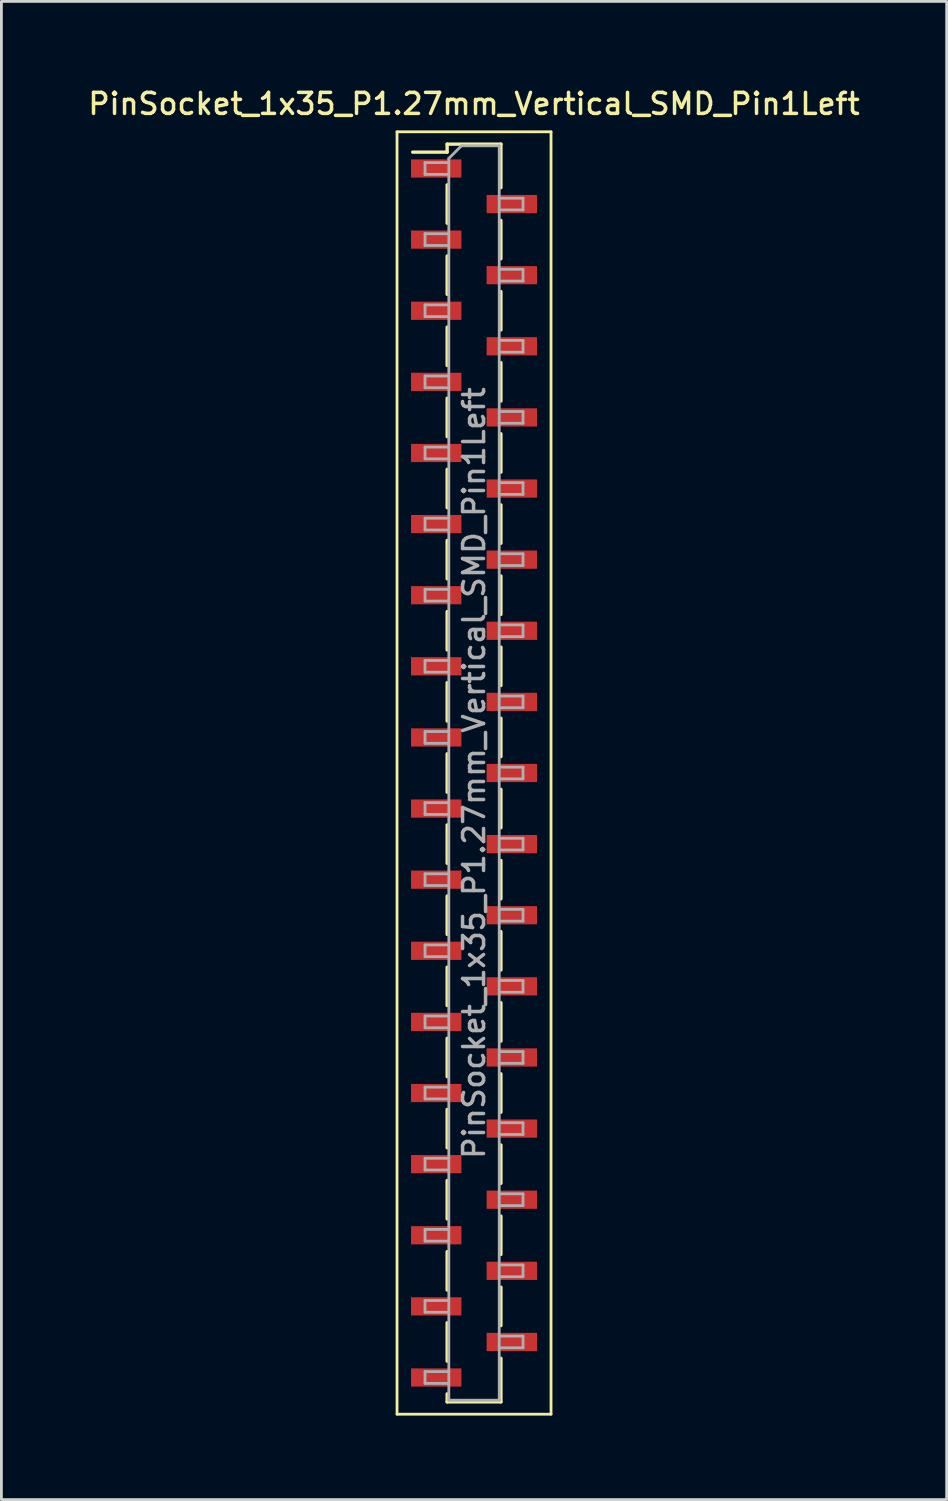
<source format=kicad_pcb>
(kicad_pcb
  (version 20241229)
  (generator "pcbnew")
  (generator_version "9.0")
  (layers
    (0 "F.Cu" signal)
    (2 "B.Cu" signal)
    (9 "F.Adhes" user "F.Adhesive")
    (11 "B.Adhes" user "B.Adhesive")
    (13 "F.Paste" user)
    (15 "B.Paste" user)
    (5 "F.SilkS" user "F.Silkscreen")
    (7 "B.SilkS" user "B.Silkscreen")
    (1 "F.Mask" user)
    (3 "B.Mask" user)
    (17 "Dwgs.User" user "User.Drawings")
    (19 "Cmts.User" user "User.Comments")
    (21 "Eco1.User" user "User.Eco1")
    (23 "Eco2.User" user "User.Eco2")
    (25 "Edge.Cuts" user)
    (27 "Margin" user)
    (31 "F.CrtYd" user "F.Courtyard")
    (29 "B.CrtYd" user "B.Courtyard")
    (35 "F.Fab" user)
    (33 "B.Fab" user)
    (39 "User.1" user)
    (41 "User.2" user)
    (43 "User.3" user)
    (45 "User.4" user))
  (footprint "PinSocket_1x35_P1.27mm_Vertical_SMD_Pin1Left"
    (layer "F.Cu")
    (at 13.88 24.558)
    (property "Reference" "PinSocket_1x35_P1.27mm_Vertical_SMD_Pin1Left" (at 0 -23.9 0) (layer "F.SilkS") (effects (font (size 0.75 0.75) (thickness 0.125))))
    (attr smd)
    (fp_line (start -2.75 -22.9) (end 2.75 -22.9) (stroke (width 0.1) (type solid)) (layer "F.SilkS"))
    (fp_line (start -2.75 22.9) (end -2.75 -22.9) (stroke (width 0.1) (type solid)) (layer "F.SilkS"))
    (fp_line (start -2.19 -22.175) (end -0.96 -22.175) (stroke (width 0.12) (type solid)) (layer "F.SilkS"))
    (fp_line (start -0.96 -22.46) (end -0.96 -22.175) (stroke (width 0.12) (type solid)) (layer "F.SilkS"))
    (fp_line (start -0.96 -22.46) (end 0.96 -22.46) (stroke (width 0.12) (type solid)) (layer "F.SilkS"))
    (fp_line (start -0.96 -21.005) (end -0.96 -19.635) (stroke (width 0.12) (type solid)) (layer "F.SilkS"))
    (fp_line (start -0.96 -18.465) (end -0.96 -17.095) (stroke (width 0.12) (type solid)) (layer "F.SilkS"))
    (fp_line (start -0.96 -15.925) (end -0.96 -14.555) (stroke (width 0.12) (type solid)) (layer "F.SilkS"))
    (fp_line (start -0.96 -13.385) (end -0.96 -12.015) (stroke (width 0.12) (type solid)) (layer "F.SilkS"))
    (fp_line (start -0.96 -10.845) (end -0.96 -9.475) (stroke (width 0.12) (type solid)) (layer "F.SilkS"))
    (fp_line (start -0.96 -8.305) (end -0.96 -6.935) (stroke (width 0.12) (type solid)) (layer "F.SilkS"))
    (fp_line (start -0.96 -5.765) (end -0.96 -4.395) (stroke (width 0.12) (type solid)) (layer "F.SilkS"))
    (fp_line (start -0.96 -3.225) (end -0.96 -1.855) (stroke (width 0.12) (type solid)) (layer "F.SilkS"))
    (fp_line (start -0.96 -0.685) (end -0.96 0.685) (stroke (width 0.12) (type solid)) (layer "F.SilkS"))
    (fp_line (start -0.96 1.855) (end -0.96 3.225) (stroke (width 0.12) (type solid)) (layer "F.SilkS"))
    (fp_line (start -0.96 4.395) (end -0.96 5.765) (stroke (width 0.12) (type solid)) (layer "F.SilkS"))
    (fp_line (start -0.96 6.935) (end -0.96 8.305) (stroke (width 0.12) (type solid)) (layer "F.SilkS"))
    (fp_line (start -0.96 9.475) (end -0.96 10.845) (stroke (width 0.12) (type solid)) (layer "F.SilkS"))
    (fp_line (start -0.96 12.015) (end -0.96 13.385) (stroke (width 0.12) (type solid)) (layer "F.SilkS"))
    (fp_line (start -0.96 14.555) (end -0.96 15.925) (stroke (width 0.12) (type solid)) (layer "F.SilkS"))
    (fp_line (start -0.96 17.095) (end -0.96 18.465) (stroke (width 0.12) (type solid)) (layer "F.SilkS"))
    (fp_line (start -0.96 19.635) (end -0.96 21.005) (stroke (width 0.12) (type solid)) (layer "F.SilkS"))
    (fp_line (start -0.96 22.175) (end -0.96 22.46) (stroke (width 0.12) (type solid)) (layer "F.SilkS"))
    (fp_line (start -0.96 22.46) (end 0.96 22.46) (stroke (width 0.12) (type solid)) (layer "F.SilkS"))
    (fp_line (start 0.96 -22.46) (end 0.96 -20.905) (stroke (width 0.12) (type solid)) (layer "F.SilkS"))
    (fp_line (start 0.96 -19.735) (end 0.96 -18.365) (stroke (width 0.12) (type solid)) (layer "F.SilkS"))
    (fp_line (start 0.96 -17.195) (end 0.96 -15.825) (stroke (width 0.12) (type solid)) (layer "F.SilkS"))
    (fp_line (start 0.96 -14.655) (end 0.96 -13.285) (stroke (width 0.12) (type solid)) (layer "F.SilkS"))
    (fp_line (start 0.96 -12.115) (end 0.96 -10.745) (stroke (width 0.12) (type solid)) (layer "F.SilkS"))
    (fp_line (start 0.96 -9.575) (end 0.96 -8.205) (stroke (width 0.12) (type solid)) (layer "F.SilkS"))
    (fp_line (start 0.96 -7.035) (end 0.96 -5.665) (stroke (width 0.12) (type solid)) (layer "F.SilkS"))
    (fp_line (start 0.96 -4.495) (end 0.96 -3.125) (stroke (width 0.12) (type solid)) (layer "F.SilkS"))
    (fp_line (start 0.96 -1.955) (end 0.96 -0.585) (stroke (width 0.12) (type solid)) (layer "F.SilkS"))
    (fp_line (start 0.96 0.585) (end 0.96 1.955) (stroke (width 0.12) (type solid)) (layer "F.SilkS"))
    (fp_line (start 0.96 3.125) (end 0.96 4.495) (stroke (width 0.12) (type solid)) (layer "F.SilkS"))
    (fp_line (start 0.96 5.665) (end 0.96 7.035) (stroke (width 0.12) (type solid)) (layer "F.SilkS"))
    (fp_line (start 0.96 8.205) (end 0.96 9.575) (stroke (width 0.12) (type solid)) (layer "F.SilkS"))
    (fp_line (start 0.96 10.745) (end 0.96 12.115) (stroke (width 0.12) (type solid)) (layer "F.SilkS"))
    (fp_line (start 0.96 13.285) (end 0.96 14.655) (stroke (width 0.12) (type solid)) (layer "F.SilkS"))
    (fp_line (start 0.96 15.825) (end 0.96 17.195) (stroke (width 0.12) (type solid)) (layer "F.SilkS"))
    (fp_line (start 0.96 18.365) (end 0.96 19.735) (stroke (width 0.12) (type solid)) (layer "F.SilkS"))
    (fp_line (start 0.96 20.905) (end 0.96 22.46) (stroke (width 0.12) (type solid)) (layer "F.SilkS"))
    (fp_line (start 2.75 -22.9) (end 2.75 22.9) (stroke (width 0.1) (type solid)) (layer "F.SilkS"))
    (fp_line (start 2.75 22.9) (end -2.75 22.9) (stroke (width 0.1) (type solid)) (layer "F.SilkS"))
    (fp_line (start -1.75 -21.8) (end -0.9 -21.8) (stroke (width 0.1) (type solid)) (layer "F.Fab"))
    (fp_line (start -1.75 -21.38) (end -1.75 -21.8) (stroke (width 0.1) (type solid)) (layer "F.Fab"))
    (fp_line (start -1.75 -19.26) (end -0.9 -19.26) (stroke (width 0.1) (type solid)) (layer "F.Fab"))
    (fp_line (start -1.75 -18.84) (end -1.75 -19.26) (stroke (width 0.1) (type solid)) (layer "F.Fab"))
    (fp_line (start -1.75 -16.72) (end -0.9 -16.72) (stroke (width 0.1) (type solid)) (layer "F.Fab"))
    (fp_line (start -1.75 -16.3) (end -1.75 -16.72) (stroke (width 0.1) (type solid)) (layer "F.Fab"))
    (fp_line (start -1.75 -14.18) (end -0.9 -14.18) (stroke (width 0.1) (type solid)) (layer "F.Fab"))
    (fp_line (start -1.75 -13.76) (end -1.75 -14.18) (stroke (width 0.1) (type solid)) (layer "F.Fab"))
    (fp_line (start -1.75 -11.64) (end -0.9 -11.64) (stroke (width 0.1) (type solid)) (layer "F.Fab"))
    (fp_line (start -1.75 -11.22) (end -1.75 -11.64) (stroke (width 0.1) (type solid)) (layer "F.Fab"))
    (fp_line (start -1.75 -9.1) (end -0.9 -9.1) (stroke (width 0.1) (type solid)) (layer "F.Fab"))
    (fp_line (start -1.75 -8.68) (end -1.75 -9.1) (stroke (width 0.1) (type solid)) (layer "F.Fab"))
    (fp_line (start -1.75 -6.56) (end -0.9 -6.56) (stroke (width 0.1) (type solid)) (layer "F.Fab"))
    (fp_line (start -1.75 -6.14) (end -1.75 -6.56) (stroke (width 0.1) (type solid)) (layer "F.Fab"))
    (fp_line (start -1.75 -4.02) (end -0.9 -4.02) (stroke (width 0.1) (type solid)) (layer "F.Fab"))
    (fp_line (start -1.75 -3.6) (end -1.75 -4.02) (stroke (width 0.1) (type solid)) (layer "F.Fab"))
    (fp_line (start -1.75 -1.48) (end -0.9 -1.48) (stroke (width 0.1) (type solid)) (layer "F.Fab"))
    (fp_line (start -1.75 -1.06) (end -1.75 -1.48) (stroke (width 0.1) (type solid)) (layer "F.Fab"))
    (fp_line (start -1.75 1.06) (end -0.9 1.06) (stroke (width 0.1) (type solid)) (layer "F.Fab"))
    (fp_line (start -1.75 1.48) (end -1.75 1.06) (stroke (width 0.1) (type solid)) (layer "F.Fab"))
    (fp_line (start -1.75 3.6) (end -0.9 3.6) (stroke (width 0.1) (type solid)) (layer "F.Fab"))
    (fp_line (start -1.75 4.02) (end -1.75 3.6) (stroke (width 0.1) (type solid)) (layer "F.Fab"))
    (fp_line (start -1.75 6.14) (end -0.9 6.14) (stroke (width 0.1) (type solid)) (layer "F.Fab"))
    (fp_line (start -1.75 6.56) (end -1.75 6.14) (stroke (width 0.1) (type solid)) (layer "F.Fab"))
    (fp_line (start -1.75 8.68) (end -0.9 8.68) (stroke (width 0.1) (type solid)) (layer "F.Fab"))
    (fp_line (start -1.75 9.1) (end -1.75 8.68) (stroke (width 0.1) (type solid)) (layer "F.Fab"))
    (fp_line (start -1.75 11.22) (end -0.9 11.22) (stroke (width 0.1) (type solid)) (layer "F.Fab"))
    (fp_line (start -1.75 11.64) (end -1.75 11.22) (stroke (width 0.1) (type solid)) (layer "F.Fab"))
    (fp_line (start -1.75 13.76) (end -0.9 13.76) (stroke (width 0.1) (type solid)) (layer "F.Fab"))
    (fp_line (start -1.75 14.18) (end -1.75 13.76) (stroke (width 0.1) (type solid)) (layer "F.Fab"))
    (fp_line (start -1.75 16.3) (end -0.9 16.3) (stroke (width 0.1) (type solid)) (layer "F.Fab"))
    (fp_line (start -1.75 16.72) (end -1.75 16.3) (stroke (width 0.1) (type solid)) (layer "F.Fab"))
    (fp_line (start -1.75 18.84) (end -0.9 18.84) (stroke (width 0.1) (type solid)) (layer "F.Fab"))
    (fp_line (start -1.75 19.26) (end -1.75 18.84) (stroke (width 0.1) (type solid)) (layer "F.Fab"))
    (fp_line (start -1.75 21.38) (end -0.9 21.38) (stroke (width 0.1) (type solid)) (layer "F.Fab"))
    (fp_line (start -1.75 21.8) (end -1.75 21.38) (stroke (width 0.1) (type solid)) (layer "F.Fab"))
    (fp_line (start -0.9 -21.95) (end -0.45 -22.4) (stroke (width 0.1) (type solid)) (layer "F.Fab"))
    (fp_line (start -0.9 -21.38) (end -1.75 -21.38) (stroke (width 0.1) (type solid)) (layer "F.Fab"))
    (fp_line (start -0.9 -18.84) (end -1.75 -18.84) (stroke (width 0.1) (type solid)) (layer "F.Fab"))
    (fp_line (start -0.9 -16.3) (end -1.75 -16.3) (stroke (width 0.1) (type solid)) (layer "F.Fab"))
    (fp_line (start -0.9 -13.76) (end -1.75 -13.76) (stroke (width 0.1) (type solid)) (layer "F.Fab"))
    (fp_line (start -0.9 -11.22) (end -1.75 -11.22) (stroke (width 0.1) (type solid)) (layer "F.Fab"))
    (fp_line (start -0.9 -8.68) (end -1.75 -8.68) (stroke (width 0.1) (type solid)) (layer "F.Fab"))
    (fp_line (start -0.9 -6.14) (end -1.75 -6.14) (stroke (width 0.1) (type solid)) (layer "F.Fab"))
    (fp_line (start -0.9 -3.6) (end -1.75 -3.6) (stroke (width 0.1) (type solid)) (layer "F.Fab"))
    (fp_line (start -0.9 -1.06) (end -1.75 -1.06) (stroke (width 0.1) (type solid)) (layer "F.Fab"))
    (fp_line (start -0.9 1.48) (end -1.75 1.48) (stroke (width 0.1) (type solid)) (layer "F.Fab"))
    (fp_line (start -0.9 4.02) (end -1.75 4.02) (stroke (width 0.1) (type solid)) (layer "F.Fab"))
    (fp_line (start -0.9 6.56) (end -1.75 6.56) (stroke (width 0.1) (type solid)) (layer "F.Fab"))
    (fp_line (start -0.9 9.1) (end -1.75 9.1) (stroke (width 0.1) (type solid)) (layer "F.Fab"))
    (fp_line (start -0.9 11.64) (end -1.75 11.64) (stroke (width 0.1) (type solid)) (layer "F.Fab"))
    (fp_line (start -0.9 14.18) (end -1.75 14.18) (stroke (width 0.1) (type solid)) (layer "F.Fab"))
    (fp_line (start -0.9 16.72) (end -1.75 16.72) (stroke (width 0.1) (type solid)) (layer "F.Fab"))
    (fp_line (start -0.9 19.26) (end -1.75 19.26) (stroke (width 0.1) (type solid)) (layer "F.Fab"))
    (fp_line (start -0.9 21.8) (end -1.75 21.8) (stroke (width 0.1) (type solid)) (layer "F.Fab"))
    (fp_line (start -0.9 22.4) (end -0.9 -21.95) (stroke (width 0.1) (type solid)) (layer "F.Fab"))
    (fp_line (start -0.45 -22.4) (end 0.9 -22.4) (stroke (width 0.1) (type solid)) (layer "F.Fab"))
    (fp_line (start 0.9 -22.4) (end 0.9 22.4) (stroke (width 0.1) (type solid)) (layer "F.Fab"))
    (fp_line (start 0.9 -20.53) (end 1.75 -20.53) (stroke (width 0.1) (type solid)) (layer "F.Fab"))
    (fp_line (start 0.9 -17.99) (end 1.75 -17.99) (stroke (width 0.1) (type solid)) (layer "F.Fab"))
    (fp_line (start 0.9 -15.45) (end 1.75 -15.45) (stroke (width 0.1) (type solid)) (layer "F.Fab"))
    (fp_line (start 0.9 -12.91) (end 1.75 -12.91) (stroke (width 0.1) (type solid)) (layer "F.Fab"))
    (fp_line (start 0.9 -10.37) (end 1.75 -10.37) (stroke (width 0.1) (type solid)) (layer "F.Fab"))
    (fp_line (start 0.9 -7.83) (end 1.75 -7.83) (stroke (width 0.1) (type solid)) (layer "F.Fab"))
    (fp_line (start 0.9 -5.29) (end 1.75 -5.29) (stroke (width 0.1) (type solid)) (layer "F.Fab"))
    (fp_line (start 0.9 -2.75) (end 1.75 -2.75) (stroke (width 0.1) (type solid)) (layer "F.Fab"))
    (fp_line (start 0.9 -0.21) (end 1.75 -0.21) (stroke (width 0.1) (type solid)) (layer "F.Fab"))
    (fp_line (start 0.9 2.33) (end 1.75 2.33) (stroke (width 0.1) (type solid)) (layer "F.Fab"))
    (fp_line (start 0.9 4.87) (end 1.75 4.87) (stroke (width 0.1) (type solid)) (layer "F.Fab"))
    (fp_line (start 0.9 7.41) (end 1.75 7.41) (stroke (width 0.1) (type solid)) (layer "F.Fab"))
    (fp_line (start 0.9 9.95) (end 1.75 9.95) (stroke (width 0.1) (type solid)) (layer "F.Fab"))
    (fp_line (start 0.9 12.49) (end 1.75 12.49) (stroke (width 0.1) (type solid)) (layer "F.Fab"))
    (fp_line (start 0.9 15.03) (end 1.75 15.03) (stroke (width 0.1) (type solid)) (layer "F.Fab"))
    (fp_line (start 0.9 17.57) (end 1.75 17.57) (stroke (width 0.1) (type solid)) (layer "F.Fab"))
    (fp_line (start 0.9 20.11) (end 1.75 20.11) (stroke (width 0.1) (type solid)) (layer "F.Fab"))
    (fp_line (start 0.9 22.4) (end -0.9 22.4) (stroke (width 0.1) (type solid)) (layer "F.Fab"))
    (fp_line (start 1.75 -20.53) (end 1.75 -20.11) (stroke (width 0.1) (type solid)) (layer "F.Fab"))
    (fp_line (start 1.75 -20.11) (end 0.9 -20.11) (stroke (width 0.1) (type solid)) (layer "F.Fab"))
    (fp_line (start 1.75 -17.99) (end 1.75 -17.57) (stroke (width 0.1) (type solid)) (layer "F.Fab"))
    (fp_line (start 1.75 -17.57) (end 0.9 -17.57) (stroke (width 0.1) (type solid)) (layer "F.Fab"))
    (fp_line (start 1.75 -15.45) (end 1.75 -15.03) (stroke (width 0.1) (type solid)) (layer "F.Fab"))
    (fp_line (start 1.75 -15.03) (end 0.9 -15.03) (stroke (width 0.1) (type solid)) (layer "F.Fab"))
    (fp_line (start 1.75 -12.91) (end 1.75 -12.49) (stroke (width 0.1) (type solid)) (layer "F.Fab"))
    (fp_line (start 1.75 -12.49) (end 0.9 -12.49) (stroke (width 0.1) (type solid)) (layer "F.Fab"))
    (fp_line (start 1.75 -10.37) (end 1.75 -9.95) (stroke (width 0.1) (type solid)) (layer "F.Fab"))
    (fp_line (start 1.75 -9.95) (end 0.9 -9.95) (stroke (width 0.1) (type solid)) (layer "F.Fab"))
    (fp_line (start 1.75 -7.83) (end 1.75 -7.41) (stroke (width 0.1) (type solid)) (layer "F.Fab"))
    (fp_line (start 1.75 -7.41) (end 0.9 -7.41) (stroke (width 0.1) (type solid)) (layer "F.Fab"))
    (fp_line (start 1.75 -5.29) (end 1.75 -4.87) (stroke (width 0.1) (type solid)) (layer "F.Fab"))
    (fp_line (start 1.75 -4.87) (end 0.9 -4.87) (stroke (width 0.1) (type solid)) (layer "F.Fab"))
    (fp_line (start 1.75 -2.75) (end 1.75 -2.33) (stroke (width 0.1) (type solid)) (layer "F.Fab"))
    (fp_line (start 1.75 -2.33) (end 0.9 -2.33) (stroke (width 0.1) (type solid)) (layer "F.Fab"))
    (fp_line (start 1.75 -0.21) (end 1.75 0.21) (stroke (width 0.1) (type solid)) (layer "F.Fab"))
    (fp_line (start 1.75 0.21) (end 0.9 0.21) (stroke (width 0.1) (type solid)) (layer "F.Fab"))
    (fp_line (start 1.75 2.33) (end 1.75 2.75) (stroke (width 0.1) (type solid)) (layer "F.Fab"))
    (fp_line (start 1.75 2.75) (end 0.9 2.75) (stroke (width 0.1) (type solid)) (layer "F.Fab"))
    (fp_line (start 1.75 4.87) (end 1.75 5.29) (stroke (width 0.1) (type solid)) (layer "F.Fab"))
    (fp_line (start 1.75 5.29) (end 0.9 5.29) (stroke (width 0.1) (type solid)) (layer "F.Fab"))
    (fp_line (start 1.75 7.41) (end 1.75 7.83) (stroke (width 0.1) (type solid)) (layer "F.Fab"))
    (fp_line (start 1.75 7.83) (end 0.9 7.83) (stroke (width 0.1) (type solid)) (layer "F.Fab"))
    (fp_line (start 1.75 9.95) (end 1.75 10.37) (stroke (width 0.1) (type solid)) (layer "F.Fab"))
    (fp_line (start 1.75 10.37) (end 0.9 10.37) (stroke (width 0.1) (type solid)) (layer "F.Fab"))
    (fp_line (start 1.75 12.49) (end 1.75 12.91) (stroke (width 0.1) (type solid)) (layer "F.Fab"))
    (fp_line (start 1.75 12.91) (end 0.9 12.91) (stroke (width 0.1) (type solid)) (layer "F.Fab"))
    (fp_line (start 1.75 15.03) (end 1.75 15.45) (stroke (width 0.1) (type solid)) (layer "F.Fab"))
    (fp_line (start 1.75 15.45) (end 0.9 15.45) (stroke (width 0.1) (type solid)) (layer "F.Fab"))
    (fp_line (start 1.75 17.57) (end 1.75 17.99) (stroke (width 0.1) (type solid)) (layer "F.Fab"))
    (fp_line (start 1.75 17.99) (end 0.9 17.99) (stroke (width 0.1) (type solid)) (layer "F.Fab"))
    (fp_line (start 1.75 20.11) (end 1.75 20.53) (stroke (width 0.1) (type solid)) (layer "F.Fab"))
    (fp_line (start 1.75 20.53) (end 0.9 20.53) (stroke (width 0.1) (type solid)) (layer "F.Fab"))
    (fp_text user "${REFERENCE}" (at 0 0 90) (layer "F.Fab") (effects (font (size 0.75 0.75) (thickness 0.125))))
    (pad "1" smd rect (at -1.35 -21.59) (size 1.8 0.65) (layers "F.Cu" "F.Mask" "F.Paste"))
    (pad "2" smd rect (at 1.35 -20.32) (size 1.8 0.65) (layers "F.Cu" "F.Mask" "F.Paste"))
    (pad "3" smd rect (at -1.35 -19.05) (size 1.8 0.65) (layers "F.Cu" "F.Mask" "F.Paste"))
    (pad "4" smd rect (at 1.35 -17.78) (size 1.8 0.65) (layers "F.Cu" "F.Mask" "F.Paste"))
    (pad "5" smd rect (at -1.35 -16.51) (size 1.8 0.65) (layers "F.Cu" "F.Mask" "F.Paste"))
    (pad "6" smd rect (at 1.35 -15.24) (size 1.8 0.65) (layers "F.Cu" "F.Mask" "F.Paste"))
    (pad "7" smd rect (at -1.35 -13.97) (size 1.8 0.65) (layers "F.Cu" "F.Mask" "F.Paste"))
    (pad "8" smd rect (at 1.35 -12.7) (size 1.8 0.65) (layers "F.Cu" "F.Mask" "F.Paste"))
    (pad "9" smd rect (at -1.35 -11.43) (size 1.8 0.65) (layers "F.Cu" "F.Mask" "F.Paste"))
    (pad "10" smd rect (at 1.35 -10.16) (size 1.8 0.65) (layers "F.Cu" "F.Mask" "F.Paste"))
    (pad "11" smd rect (at -1.35 -8.89) (size 1.8 0.65) (layers "F.Cu" "F.Mask" "F.Paste"))
    (pad "12" smd rect (at 1.35 -7.62) (size 1.8 0.65) (layers "F.Cu" "F.Mask" "F.Paste"))
    (pad "13" smd rect (at -1.35 -6.35) (size 1.8 0.65) (layers "F.Cu" "F.Mask" "F.Paste"))
    (pad "14" smd rect (at 1.35 -5.08) (size 1.8 0.65) (layers "F.Cu" "F.Mask" "F.Paste"))
    (pad "15" smd rect (at -1.35 -3.81) (size 1.8 0.65) (layers "F.Cu" "F.Mask" "F.Paste"))
    (pad "16" smd rect (at 1.35 -2.54) (size 1.8 0.65) (layers "F.Cu" "F.Mask" "F.Paste"))
    (pad "17" smd rect (at -1.35 -1.27) (size 1.8 0.65) (layers "F.Cu" "F.Mask" "F.Paste"))
    (pad "18" smd rect (at 1.35 0) (size 1.8 0.65) (layers "F.Cu" "F.Mask" "F.Paste"))
    (pad "19" smd rect (at -1.35 1.27) (size 1.8 0.65) (layers "F.Cu" "F.Mask" "F.Paste"))
    (pad "20" smd rect (at 1.35 2.54) (size 1.8 0.65) (layers "F.Cu" "F.Mask" "F.Paste"))
    (pad "21" smd rect (at -1.35 3.81) (size 1.8 0.65) (layers "F.Cu" "F.Mask" "F.Paste"))
    (pad "22" smd rect (at 1.35 5.08) (size 1.8 0.65) (layers "F.Cu" "F.Mask" "F.Paste"))
    (pad "23" smd rect (at -1.35 6.35) (size 1.8 0.65) (layers "F.Cu" "F.Mask" "F.Paste"))
    (pad "24" smd rect (at 1.35 7.62) (size 1.8 0.65) (layers "F.Cu" "F.Mask" "F.Paste"))
    (pad "25" smd rect (at -1.35 8.89) (size 1.8 0.65) (layers "F.Cu" "F.Mask" "F.Paste"))
    (pad "26" smd rect (at 1.35 10.16) (size 1.8 0.65) (layers "F.Cu" "F.Mask" "F.Paste"))
    (pad "27" smd rect (at -1.35 11.43) (size 1.8 0.65) (layers "F.Cu" "F.Mask" "F.Paste"))
    (pad "28" smd rect (at 1.35 12.7) (size 1.8 0.65) (layers "F.Cu" "F.Mask" "F.Paste"))
    (pad "29" smd rect (at -1.35 13.97) (size 1.8 0.65) (layers "F.Cu" "F.Mask" "F.Paste"))
    (pad "30" smd rect (at 1.35 15.24) (size 1.8 0.65) (layers "F.Cu" "F.Mask" "F.Paste"))
    (pad "31" smd rect (at -1.35 16.51) (size 1.8 0.65) (layers "F.Cu" "F.Mask" "F.Paste"))
    (pad "32" smd rect (at 1.35 17.78) (size 1.8 0.65) (layers "F.Cu" "F.Mask" "F.Paste"))
    (pad "33" smd rect (at -1.35 19.05) (size 1.8 0.65) (layers "F.Cu" "F.Mask" "F.Paste"))
    (pad "34" smd rect (at 1.35 20.32) (size 1.8 0.65) (layers "F.Cu" "F.Mask" "F.Paste"))
    (pad "35" smd rect (at -1.35 21.59) (size 1.8 0.65) (layers "F.Cu" "F.Mask" "F.Paste")))
  (gr_rect
    (start -3 -3)
    (end 30.761 50.508)
    (stroke (width 0.1) (type default))
    (fill no)
    (layer "Edge.Cuts")))
</source>
